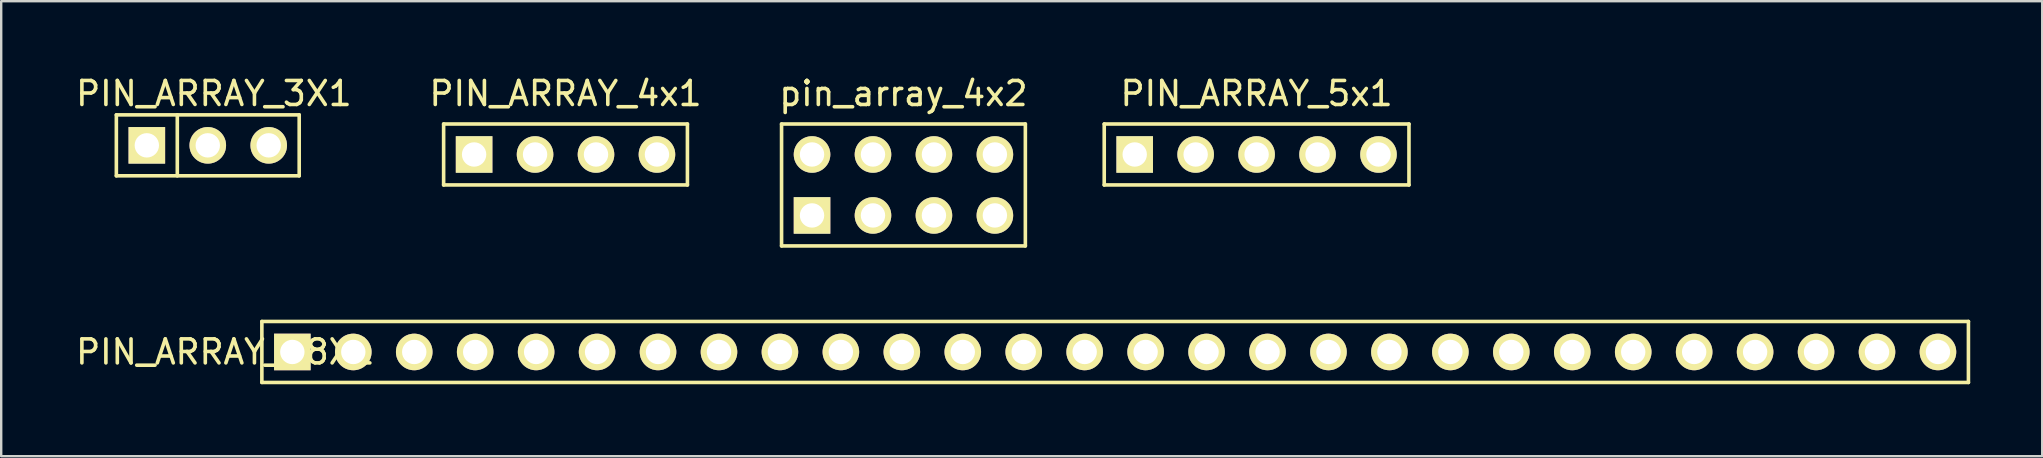
<source format=kicad_pcb>
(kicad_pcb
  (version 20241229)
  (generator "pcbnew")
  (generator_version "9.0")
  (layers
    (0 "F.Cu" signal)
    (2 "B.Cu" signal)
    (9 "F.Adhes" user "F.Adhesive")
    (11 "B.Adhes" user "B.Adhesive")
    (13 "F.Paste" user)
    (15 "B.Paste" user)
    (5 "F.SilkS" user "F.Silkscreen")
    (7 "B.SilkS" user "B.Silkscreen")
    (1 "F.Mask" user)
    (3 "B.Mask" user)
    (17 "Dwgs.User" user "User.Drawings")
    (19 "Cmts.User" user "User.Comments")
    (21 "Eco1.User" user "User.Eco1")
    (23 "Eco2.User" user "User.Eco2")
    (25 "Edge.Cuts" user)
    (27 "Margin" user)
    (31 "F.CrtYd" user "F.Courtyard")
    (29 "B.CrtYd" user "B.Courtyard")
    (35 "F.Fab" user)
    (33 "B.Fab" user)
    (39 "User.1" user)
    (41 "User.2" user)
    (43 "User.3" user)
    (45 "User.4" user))
  (footprint "PIN_ARRAY_28X1"
    (layer "F.Cu")
    (at 43.423 11.618)
    (property "Reference" "PIN_ARRAY_28X1" (at -37.084 0 180) (layer "F.SilkS") (effects (font (size 1 1) (thickness 0.15))))
    (attr through_hole)
    (fp_line (start -35.56 -1.27) (end 35.56 -1.27) (stroke (width 0.15) (type solid)) (layer "F.SilkS"))
    (fp_line (start -35.56 1.27) (end -35.56 -1.27) (stroke (width 0.15) (type solid)) (layer "F.SilkS"))
    (fp_line (start 35.56 -1.27) (end 35.56 1.27) (stroke (width 0.15) (type solid)) (layer "F.SilkS"))
    (fp_line (start 35.56 1.27) (end -35.56 1.27) (stroke (width 0.15) (type solid)) (layer "F.SilkS"))
    (pad "1" thru_hole rect (at -34.29 0) (size 1.524 1.524) (drill 1.016) (layers "*.Cu" "*.Mask" "F.SilkS"))
    (pad "2" thru_hole circle (at -31.75 0) (size 1.524 1.524) (drill 1.016) (layers "*.Cu" "*.Mask" "F.SilkS"))
    (pad "3" thru_hole circle (at -29.21 0) (size 1.524 1.524) (drill 1.016) (layers "*.Cu" "*.Mask" "F.SilkS"))
    (pad "4" thru_hole circle (at -26.67 0) (size 1.524 1.524) (drill 1.016) (layers "*.Cu" "*.Mask" "F.SilkS"))
    (pad "5" thru_hole circle (at -24.13 0) (size 1.524 1.524) (drill 1.016) (layers "*.Cu" "*.Mask" "F.SilkS"))
    (pad "6" thru_hole circle (at -21.59 0) (size 1.524 1.524) (drill 1.016) (layers "*.Cu" "*.Mask" "F.SilkS"))
    (pad "7" thru_hole circle (at -19.05 0) (size 1.524 1.524) (drill 1.016) (layers "*.Cu" "*.Mask" "F.SilkS"))
    (pad "8" thru_hole circle (at -16.51 0) (size 1.524 1.524) (drill 1.016) (layers "*.Cu" "*.Mask" "F.SilkS"))
    (pad "9" thru_hole circle (at -13.97 0) (size 1.524 1.524) (drill 1.016) (layers "*.Cu" "*.Mask" "F.SilkS"))
    (pad "10" thru_hole circle (at -11.43 0) (size 1.524 1.524) (drill 1.016) (layers "*.Cu" "*.Mask" "F.SilkS"))
    (pad "11" thru_hole circle (at -8.89 0) (size 1.524 1.524) (drill 1.016) (layers "*.Cu" "*.Mask" "F.SilkS"))
    (pad "12" thru_hole circle (at -6.35 0) (size 1.524 1.524) (drill 1.016) (layers "*.Cu" "*.Mask" "F.SilkS"))
    (pad "13" thru_hole circle (at -3.81 0) (size 1.524 1.524) (drill 1.016) (layers "*.Cu" "*.Mask" "F.SilkS"))
    (pad "14" thru_hole circle (at -1.27 0) (size 1.524 1.524) (drill 1.016) (layers "*.Cu" "*.Mask" "F.SilkS"))
    (pad "15" thru_hole circle (at 1.27 0) (size 1.524 1.524) (drill 1.016) (layers "*.Cu" "*.Mask" "F.SilkS"))
    (pad "16" thru_hole circle (at 3.81 0) (size 1.524 1.524) (drill 1.016) (layers "*.Cu" "*.Mask" "F.SilkS"))
    (pad "17" thru_hole circle (at 6.35 0) (size 1.524 1.524) (drill 1.016) (layers "*.Cu" "*.Mask" "F.SilkS"))
    (pad "18" thru_hole circle (at 8.89 0) (size 1.524 1.524) (drill 1.016) (layers "*.Cu" "*.Mask" "F.SilkS"))
    (pad "19" thru_hole circle (at 11.43 0) (size 1.524 1.524) (drill 1.016) (layers "*.Cu" "*.Mask" "F.SilkS"))
    (pad "20" thru_hole circle (at 13.97 0) (size 1.524 1.524) (drill 1.016) (layers "*.Cu" "*.Mask" "F.SilkS"))
    (pad "21" thru_hole circle (at 16.51 0) (size 1.524 1.524) (drill 1.016) (layers "*.Cu" "*.Mask" "F.SilkS"))
    (pad "22" thru_hole circle (at 19.05 0) (size 1.524 1.524) (drill 1.016) (layers "*.Cu" "*.Mask" "F.SilkS"))
    (pad "23" thru_hole circle (at 21.59 0) (size 1.524 1.524) (drill 1.016) (layers "*.Cu" "*.Mask" "F.SilkS"))
    (pad "24" thru_hole circle (at 24.13 0) (size 1.524 1.524) (drill 1.016) (layers "*.Cu" "*.Mask" "F.SilkS"))
    (pad "25" thru_hole circle (at 26.67 0) (size 1.524 1.524) (drill 1.016) (layers "*.Cu" "*.Mask" "F.SilkS"))
    (pad "26" thru_hole circle (at 29.21 0) (size 1.524 1.524) (drill 1.016) (layers "*.Cu" "*.Mask" "F.SilkS"))
    (pad "27" thru_hole circle (at 31.75 0) (size 1.524 1.524) (drill 1.016) (layers "*.Cu" "*.Mask" "F.SilkS"))
    (pad "28" thru_hole circle (at 34.29 0) (size 1.524 1.524) (drill 1.016) (layers "*.Cu" "*.Mask" "F.SilkS")))
  (footprint "pin_array_4x2"
    (layer "F.Cu")
    (at 34.601 4.658)
    (property "Reference" "pin_array_4x2" (at 0 -3.81 0) (layer "F.SilkS") (effects (font (size 1 1) (thickness 0.15))))
    (attr through_hole)
    (fp_line (start -5.08 -2.54) (end 5.08 -2.54) (stroke (width 0.15) (type solid)) (layer "F.SilkS"))
    (fp_line (start -5.08 2.54) (end -5.08 -2.54) (stroke (width 0.15) (type solid)) (layer "F.SilkS"))
    (fp_line (start 5.08 -2.54) (end 5.08 2.54) (stroke (width 0.15) (type solid)) (layer "F.SilkS"))
    (fp_line (start 5.08 2.54) (end -5.08 2.54) (stroke (width 0.15) (type solid)) (layer "F.SilkS"))
    (pad "1" thru_hole rect (at -3.81 1.27) (size 1.524 1.524) (drill 1.016) (layers "*.Cu" "*.Mask" "F.SilkS"))
    (pad "2" thru_hole circle (at -3.81 -1.27) (size 1.524 1.524) (drill 1.016) (layers "*.Cu" "*.Mask" "F.SilkS"))
    (pad "3" thru_hole circle (at -1.27 1.27) (size 1.524 1.524) (drill 1.016) (layers "*.Cu" "*.Mask" "F.SilkS"))
    (pad "4" thru_hole circle (at -1.27 -1.27) (size 1.524 1.524) (drill 1.016) (layers "*.Cu" "*.Mask" "F.SilkS"))
    (pad "5" thru_hole circle (at 1.27 1.27) (size 1.524 1.524) (drill 1.016) (layers "*.Cu" "*.Mask" "F.SilkS"))
    (pad "6" thru_hole circle (at 1.27 -1.27) (size 1.524 1.524) (drill 1.016) (layers "*.Cu" "*.Mask" "F.SilkS"))
    (pad "7" thru_hole circle (at 3.81 1.27) (size 1.524 1.524) (drill 1.016) (layers "*.Cu" "*.Mask" "F.SilkS"))
    (pad "8" thru_hole circle (at 3.81 -1.27) (size 1.524 1.524) (drill 1.016) (layers "*.Cu" "*.Mask" "F.SilkS")))
  (footprint "PIN_ARRAY_3X1"
    (layer "F.Cu")
    (at 5.609 3.007)
    (property "Reference" "PIN_ARRAY_3X1" (at 0.254 -2.159 0) (layer "F.SilkS") (effects (font (size 1 1) (thickness 0.15))))
    (attr through_hole)
    (fp_line (start -3.81 -1.27) (end 3.81 -1.27) (stroke (width 0.15) (type solid)) (layer "F.SilkS"))
    (fp_line (start -3.81 1.27) (end -3.81 -1.27) (stroke (width 0.15) (type solid)) (layer "F.SilkS"))
    (fp_line (start -1.27 -1.27) (end -1.27 1.27) (stroke (width 0.15) (type solid)) (layer "F.SilkS"))
    (fp_line (start 3.81 -1.27) (end 3.81 1.27) (stroke (width 0.15) (type solid)) (layer "F.SilkS"))
    (fp_line (start 3.81 1.27) (end -3.81 1.27) (stroke (width 0.15) (type solid)) (layer "F.SilkS"))
    (pad "1" thru_hole rect (at -2.54 0) (size 1.524 1.524) (drill 1.016) (layers "*.Cu" "*.Mask" "F.SilkS"))
    (pad "2" thru_hole circle (at 0 0) (size 1.524 1.524) (drill 1.016) (layers "*.Cu" "*.Mask" "F.SilkS"))
    (pad "3" thru_hole circle (at 2.54 0) (size 1.524 1.524) (drill 1.016) (layers "*.Cu" "*.Mask" "F.SilkS")))
  (footprint "PIN_ARRAY_4x1"
    (layer "F.Cu")
    (at 20.518 3.388)
    (property "Reference" "PIN_ARRAY_4x1" (at 0 -2.54 0) (layer "F.SilkS") (effects (font (size 1 1) (thickness 0.15))))
    (attr through_hole)
    (fp_line (start -5.08 -1.27) (end -5.08 1.27) (stroke (width 0.15) (type solid)) (layer "F.SilkS"))
    (fp_line (start 5.08 -1.27) (end -5.08 -1.27) (stroke (width 0.15) (type solid)) (layer "F.SilkS"))
    (fp_line (start 5.08 1.27) (end -5.08 1.27) (stroke (width 0.15) (type solid)) (layer "F.SilkS"))
    (fp_line (start 5.08 1.27) (end 5.08 -1.27) (stroke (width 0.15) (type solid)) (layer "F.SilkS"))
    (pad "1" thru_hole rect (at -3.81 0) (size 1.524 1.524) (drill 1.016) (layers "*.Cu" "*.Mask" "F.SilkS"))
    (pad "2" thru_hole circle (at -1.27 0) (size 1.524 1.524) (drill 1.016) (layers "*.Cu" "*.Mask" "F.SilkS"))
    (pad "3" thru_hole circle (at 1.27 0) (size 1.524 1.524) (drill 1.016) (layers "*.Cu" "*.Mask" "F.SilkS"))
    (pad "4" thru_hole circle (at 3.81 0) (size 1.524 1.524) (drill 1.016) (layers "*.Cu" "*.Mask" "F.SilkS")))
  (footprint "PIN_ARRAY_5x1"
    (layer "F.Cu")
    (at 49.318 3.388)
    (property "Reference" "PIN_ARRAY_5x1" (at 0 -2.54 0) (layer "F.SilkS") (effects (font (size 1 1) (thickness 0.15))))
    (attr through_hole)
    (fp_line (start -6.35 -1.27) (end -6.35 1.27) (stroke (width 0.15) (type solid)) (layer "F.SilkS"))
    (fp_line (start -6.35 -1.27) (end 6.35 -1.27) (stroke (width 0.15) (type solid)) (layer "F.SilkS"))
    (fp_line (start 6.35 1.27) (end -6.35 1.27) (stroke (width 0.15) (type solid)) (layer "F.SilkS"))
    (fp_line (start 6.35 1.27) (end 6.35 -1.27) (stroke (width 0.15) (type solid)) (layer "F.SilkS"))
    (pad "1" thru_hole rect (at -5.08 0) (size 1.524 1.524) (drill 1.016) (layers "*.Cu" "*.Mask" "F.SilkS"))
    (pad "2" thru_hole circle (at -2.54 0) (size 1.524 1.524) (drill 1.016) (layers "*.Cu" "*.Mask" "F.SilkS"))
    (pad "3" thru_hole circle (at 0 0) (size 1.524 1.524) (drill 1.016) (layers "*.Cu" "*.Mask" "F.SilkS"))
    (pad "4" thru_hole circle (at 2.54 0) (size 1.524 1.524) (drill 1.016) (layers "*.Cu" "*.Mask" "F.SilkS"))
    (pad "5" thru_hole circle (at 5.08 0) (size 1.524 1.524) (drill 1.016) (layers "*.Cu" "*.Mask" "F.SilkS")))
  (gr_rect
    (start -3 -3)
    (end 82.058 15.963)
    (stroke (width 0.1) (type default))
    (fill no)
    (layer "Edge.Cuts")))
</source>
